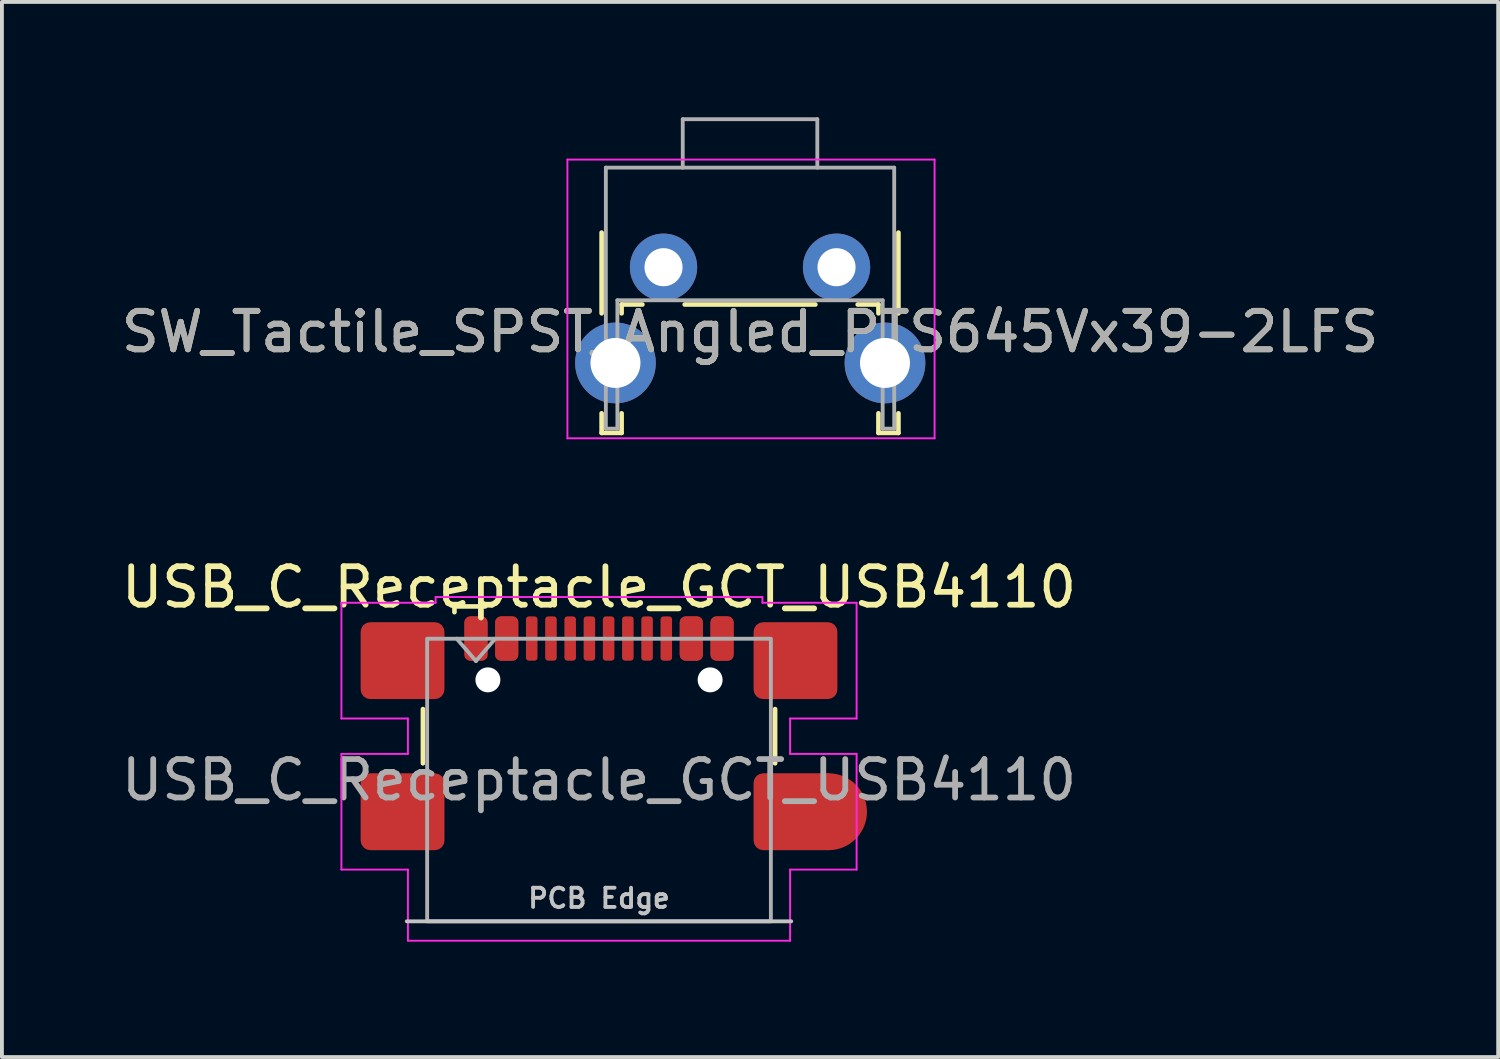
<source format=kicad_pcb>
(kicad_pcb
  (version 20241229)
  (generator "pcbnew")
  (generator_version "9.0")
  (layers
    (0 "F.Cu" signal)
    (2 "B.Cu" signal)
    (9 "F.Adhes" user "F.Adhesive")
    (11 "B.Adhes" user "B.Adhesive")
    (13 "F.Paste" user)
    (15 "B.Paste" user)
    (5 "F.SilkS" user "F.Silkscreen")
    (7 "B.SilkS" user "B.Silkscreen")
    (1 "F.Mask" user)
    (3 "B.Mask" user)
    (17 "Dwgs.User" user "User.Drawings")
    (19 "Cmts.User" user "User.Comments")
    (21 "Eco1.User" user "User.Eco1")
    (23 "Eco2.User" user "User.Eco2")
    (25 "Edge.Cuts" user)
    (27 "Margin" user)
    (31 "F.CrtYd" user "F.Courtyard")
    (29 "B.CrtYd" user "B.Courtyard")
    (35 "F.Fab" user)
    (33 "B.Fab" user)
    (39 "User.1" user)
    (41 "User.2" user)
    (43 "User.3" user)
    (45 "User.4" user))
  (footprint "SW_Tactile_SPST_Angled_PTS645Vx39-2LFS"
    (layer "F.Cu")
    (at 14.208 3.9)
    (property "Reference" "SW_Tactile_SPST_Angled_PTS645Vx39-2LFS" (at 2.25 1.68 0) (layer "F.SilkS") (effects (font (size 1 1) (thickness 0.15))))
    (attr through_hole)
    (fp_line (start -1.61 -0.9) (end -1.61 1.2) (stroke (width 0.12) (type solid)) (layer "F.SilkS"))
    (fp_line (start -1.61 3.8) (end -1.61 4.31) (stroke (width 0.12) (type solid)) (layer "F.SilkS"))
    (fp_line (start -1.61 4.31) (end -1.09 4.31) (stroke (width 0.12) (type solid)) (layer "F.SilkS"))
    (fp_line (start -1.09 0.97) (end -1.09 1.2) (stroke (width 0.12) (type solid)) (layer "F.SilkS"))
    (fp_line (start -1.09 0.97) (end -0.55 0.97) (stroke (width 0.12) (type solid)) (layer "F.SilkS"))
    (fp_line (start -1.09 3.8) (end -1.09 4.31) (stroke (width 0.12) (type solid)) (layer "F.SilkS"))
    (fp_line (start 0.55 0.97) (end 3.95 0.97) (stroke (width 0.12) (type solid)) (layer "F.SilkS"))
    (fp_line (start 5.05 0.97) (end 5.59 0.97) (stroke (width 0.12) (type solid)) (layer "F.SilkS"))
    (fp_line (start 5.59 0.97) (end 5.59 1.2) (stroke (width 0.12) (type solid)) (layer "F.SilkS"))
    (fp_line (start 5.59 3.8) (end 5.59 4.31) (stroke (width 0.12) (type solid)) (layer "F.SilkS"))
    (fp_line (start 5.59 4.31) (end 6.11 4.31) (stroke (width 0.12) (type solid)) (layer "F.SilkS"))
    (fp_line (start 6.11 -0.9) (end 6.11 1.2) (stroke (width 0.12) (type solid)) (layer "F.SilkS"))
    (fp_line (start 6.11 3.8) (end 6.11 4.31) (stroke (width 0.12) (type solid)) (layer "F.SilkS"))
    (fp_line (start -2.5 -2.8) (end 7.05 -2.8) (stroke (width 0.05) (type solid)) (layer "F.CrtYd"))
    (fp_line (start -2.5 4.45) (end -2.5 -2.8) (stroke (width 0.05) (type solid)) (layer "F.CrtYd"))
    (fp_line (start 7.05 -2.8) (end 7.05 4.45) (stroke (width 0.05) (type solid)) (layer "F.CrtYd"))
    (fp_line (start 7.05 4.45) (end -2.5 4.45) (stroke (width 0.05) (type solid)) (layer "F.CrtYd"))
    (fp_line (start -1.5 -2.59) (end 6 -2.59) (stroke (width 0.1) (type solid)) (layer "F.Fab"))
    (fp_line (start -1.5 4.2) (end -1.5 -2.59) (stroke (width 0.1) (type solid)) (layer "F.Fab"))
    (fp_line (start -1.5 4.2) (end -1.2 4.2) (stroke (width 0.1) (type solid)) (layer "F.Fab"))
    (fp_line (start -1.2 0.86) (end 5.7 0.86) (stroke (width 0.1) (type solid)) (layer "F.Fab"))
    (fp_line (start -1.2 4.2) (end -1.2 0.86) (stroke (width 0.1) (type solid)) (layer "F.Fab"))
    (fp_line (start 0.5 -3.85) (end 0.5 -2.59) (stroke (width 0.1) (type solid)) (layer "F.Fab"))
    (fp_line (start 0.5 -3.85) (end 4 -3.85) (stroke (width 0.1) (type solid)) (layer "F.Fab"))
    (fp_line (start 4 -3.85) (end 4 -2.59) (stroke (width 0.1) (type solid)) (layer "F.Fab"))
    (fp_line (start 5.7 4.2) (end 5.7 0.86) (stroke (width 0.1) (type solid)) (layer "F.Fab"))
    (fp_line (start 5.7 4.2) (end 6 4.2) (stroke (width 0.1) (type solid)) (layer "F.Fab"))
    (fp_line (start 6 4.2) (end 6 -2.59) (stroke (width 0.1) (type solid)) (layer "F.Fab"))
    (fp_text user "${REFERENCE}" (at 2.25 1.68 0) (layer "F.Fab") (effects (font (size 1 1) (thickness 0.15))))
    (pad "" thru_hole circle (at -1.25 2.49) (size 2.1 2.1) (drill 1.3) (layers "*.Cu" "*.Mask"))
    (pad "" thru_hole circle (at 5.76 2.49) (size 2.1 2.1) (drill 1.3) (layers "*.Cu" "*.Mask"))
    (pad "1" thru_hole circle (at 0 0) (size 1.75 1.75) (drill 0.99) (layers "*.Cu" "*.Mask"))
    (pad "2" thru_hole circle (at 4.5 0) (size 1.75 1.75) (drill 0.99) (layers "*.Cu" "*.Mask")))
  (footprint "USB_C_Receptacle_GCT_USB4110"
    (layer "F.Cu")
    (at 12.53 17.238)
    (property "Reference" "USB_C_Receptacle_GCT_USB4110" (at 0 -5.015 0) (unlocked yes) (layer "F.SilkS") (effects (font (size 1 1) (thickness 0.15))))
    (attr smd)
    (fp_arc (start 5.969 -0.075) (mid 6.869 0.825) (end 5.969 1.725) (stroke (width 0.2) (type default)) (layer "F.Cu"))
    (fp_poly (pts (xy 5.969 0) (xy 6.477 0.127) (xy 6.731 0.635) (xy 6.731 1.016) (xy 6.477 1.524) (xy 5.969 1.651)) (stroke (width 0.2) (type solid)) (fill yes) (layer "F.Cu"))
    (fp_arc (start 5.969 -0.075) (mid 6.869 0.825) (end 5.969 1.725) (stroke (width 0.2) (type default)) (layer "F.Mask"))
    (fp_poly (pts (xy 5.969 0) (xy 6.477 0.127) (xy 6.731 0.635) (xy 6.731 1.016) (xy 6.477 1.524) (xy 5.969 1.651)) (stroke (width 0.2) (type solid)) (fill yes) (layer "F.Mask"))
    (fp_line (start -4.58 -0.435) (end -4.58 -1.845) (stroke (width 0.12) (type default)) (layer "F.SilkS"))
    (fp_line (start -3.76 -4.515) (end -3.76 -4.365) (stroke (width 0.12) (type default)) (layer "F.SilkS"))
    (fp_line (start -2.96 -4.515) (end -3.76 -4.515) (stroke (width 0.12) (type default)) (layer "F.SilkS"))
    (fp_line (start 4.58 -0.435) (end 4.58 -1.845) (stroke (width 0.12) (type default)) (layer "F.SilkS"))
    (fp_line (start -5 3.675) (end 5 3.675) (stroke (width 0.1) (type default)) (layer "Dwgs.User"))
    (fp_line (start -6.7 -4.61) (end -4.25 -4.61) (stroke (width 0.05) (type default)) (layer "F.CrtYd"))
    (fp_line (start -6.7 -1.6) (end -6.7 -4.61) (stroke (width 0.05) (type default)) (layer "F.CrtYd"))
    (fp_line (start -6.7 -0.68) (end -4.97 -0.68) (stroke (width 0.05) (type default)) (layer "F.CrtYd"))
    (fp_line (start -6.7 2.33) (end -6.7 -0.68) (stroke (width 0.05) (type default)) (layer "F.CrtYd"))
    (fp_line (start -4.97 -1.6) (end -6.7 -1.6) (stroke (width 0.05) (type default)) (layer "F.CrtYd"))
    (fp_line (start -4.97 -0.68) (end -4.97 -1.6) (stroke (width 0.05) (type default)) (layer "F.CrtYd"))
    (fp_line (start -4.97 2.33) (end -6.7 2.33) (stroke (width 0.05) (type default)) (layer "F.CrtYd"))
    (fp_line (start -4.97 4.18) (end -4.97 2.33) (stroke (width 0.05) (type default)) (layer "F.CrtYd"))
    (fp_line (start -4.25 -4.76) (end 4.25 -4.76) (stroke (width 0.05) (type default)) (layer "F.CrtYd"))
    (fp_line (start -4.25 -4.61) (end -4.25 -4.76) (stroke (width 0.05) (type default)) (layer "F.CrtYd"))
    (fp_line (start 4.25 -4.76) (end 4.25 -4.61) (stroke (width 0.05) (type default)) (layer "F.CrtYd"))
    (fp_line (start 4.25 -4.61) (end 6.7 -4.61) (stroke (width 0.05) (type default)) (layer "F.CrtYd"))
    (fp_line (start 4.97 -1.6) (end 4.97 -0.68) (stroke (width 0.05) (type default)) (layer "F.CrtYd"))
    (fp_line (start 4.97 -0.68) (end 6.7 -0.68) (stroke (width 0.05) (type default)) (layer "F.CrtYd"))
    (fp_line (start 4.97 2.33) (end 4.97 4.18) (stroke (width 0.05) (type default)) (layer "F.CrtYd"))
    (fp_line (start 4.97 4.18) (end -4.97 4.18) (stroke (width 0.05) (type default)) (layer "F.CrtYd"))
    (fp_line (start 6.7 -4.61) (end 6.7 -1.6) (stroke (width 0.05) (type default)) (layer "F.CrtYd"))
    (fp_line (start 6.7 -1.6) (end 4.97 -1.6) (stroke (width 0.05) (type default)) (layer "F.CrtYd"))
    (fp_line (start 6.7 -0.68) (end 6.7 2.33) (stroke (width 0.05) (type default)) (layer "F.CrtYd"))
    (fp_line (start 6.7 2.33) (end 4.97 2.33) (stroke (width 0.05) (type default)) (layer "F.CrtYd"))
    (fp_line (start -3.7 -3.675) (end -3.2 -3.095) (stroke (width 0.1) (type default)) (layer "F.Fab"))
    (fp_line (start -3.2 -3.095) (end -2.7 -3.675) (stroke (width 0.1) (type default)) (layer "F.Fab"))
    (fp_rect (start -4.47 -3.675) (end 4.47 3.675) (stroke (width 0.1) (type default)) (fill no) (layer "F.Fab"))
    (fp_text user "PCB Edge" (at 0 3.075 0) (unlocked yes) (layer "Dwgs.User") (effects (font (size 0.5 0.5) (thickness 0.1) (bold yes))))
    (fp_text user "${REFERENCE}" (at 0 0 0) (unlocked yes) (layer "F.Fab") (effects (font (size 1 1) (thickness 0.15))))
    (pad "" np_thru_hole circle (at -2.89 -2.605) (size 0.65 0.65) (drill 0.65) (layers "*.Cu" "*.Mask"))
    (pad "" np_thru_hole circle (at 2.89 -2.605) (size 0.65 0.65) (drill 0.65) (layers "*.Cu" "*.Mask"))
    (pad "A1" smd roundrect (at -3.2 -3.68) (size 0.6 1.15) (layers "F.Cu" "F.Mask" "F.Paste") (roundrect_rratio 0.25))
    (pad "A4" smd roundrect (at -2.4 -3.68) (size 0.6 1.15) (layers "F.Cu" "F.Mask" "F.Paste") (roundrect_rratio 0.25))
    (pad "A5" smd roundrect (at -1.25 -3.68) (size 0.3 1.15) (layers "F.Cu" "F.Mask" "F.Paste") (roundrect_rratio 0.25))
    (pad "A6" smd roundrect (at -0.25 -3.68) (size 0.3 1.15) (layers "F.Cu" "F.Mask" "F.Paste") (roundrect_rratio 0.25))
    (pad "A7" smd roundrect (at 0.25 -3.68) (size 0.3 1.15) (layers "F.Cu" "F.Mask" "F.Paste") (roundrect_rratio 0.25))
    (pad "A8" smd roundrect (at 1.25 -3.68) (size 0.3 1.15) (layers "F.Cu" "F.Mask" "F.Paste") (roundrect_rratio 0.25))
    (pad "A9" smd roundrect (at 2.4 -3.68) (size 0.6 1.15) (layers "F.Cu" "F.Mask" "F.Paste") (roundrect_rratio 0.25))
    (pad "A12" smd roundrect (at 3.2 -3.68) (size 0.6 1.15) (layers "F.Cu" "F.Mask" "F.Paste") (roundrect_rratio 0.25))
    (pad "B1" smd roundrect (at 3.2 -3.68) (size 0.6 1.15) (layers "F.Cu" "F.Mask" "F.Paste") (roundrect_rratio 0.25))
    (pad "B4" smd roundrect (at 2.4 -3.68) (size 0.6 1.15) (layers "F.Cu" "F.Mask" "F.Paste") (roundrect_rratio 0.25))
    (pad "B5" smd roundrect (at 1.75 -3.68) (size 0.3 1.15) (layers "F.Cu" "F.Mask" "F.Paste") (roundrect_rratio 0.25))
    (pad "B6" smd roundrect (at 0.75 -3.68) (size 0.3 1.15) (layers "F.Cu" "F.Mask" "F.Paste") (roundrect_rratio 0.25))
    (pad "B7" smd roundrect (at -0.75 -3.68) (size 0.3 1.15) (layers "F.Cu" "F.Mask" "F.Paste") (roundrect_rratio 0.25))
    (pad "B8" smd roundrect (at -1.75 -3.68) (size 0.3 1.15) (layers "F.Cu" "F.Mask" "F.Paste") (roundrect_rratio 0.25))
    (pad "B9" smd roundrect (at -2.4 -3.68) (size 0.6 1.15) (layers "F.Cu" "F.Mask" "F.Paste") (roundrect_rratio 0.25))
    (pad "B12" smd roundrect (at -3.2 -3.68) (size 0.6 1.15) (layers "F.Cu" "F.Mask" "F.Paste") (roundrect_rratio 0.25))
    (pad "S1" smd roundrect (at -5.11 -3.105) (size 2.18 2) (layers "F.Cu" "F.Mask" "F.Paste") (roundrect_rratio 0.125))
    (pad "S1" smd roundrect (at -5.11 0.825) (size 2.18 2) (layers "F.Cu" "F.Mask" "F.Paste") (roundrect_rratio 0.125))
    (pad "S1" smd roundrect (at 5.11 -3.105) (size 2.18 2) (layers "F.Cu" "F.Mask" "F.Paste") (roundrect_rratio 0.125))
    (pad "S1" smd roundrect (at 5.11 0.825) (size 2.18 2) (layers "F.Cu" "F.Mask" "F.Paste") (roundrect_rratio 0.125)))
  (gr_rect
    (start -3 -3)
    (end 35.917 24.443)
    (stroke (width 0.1) (type default))
    (fill no)
    (layer "Edge.Cuts")))
</source>
